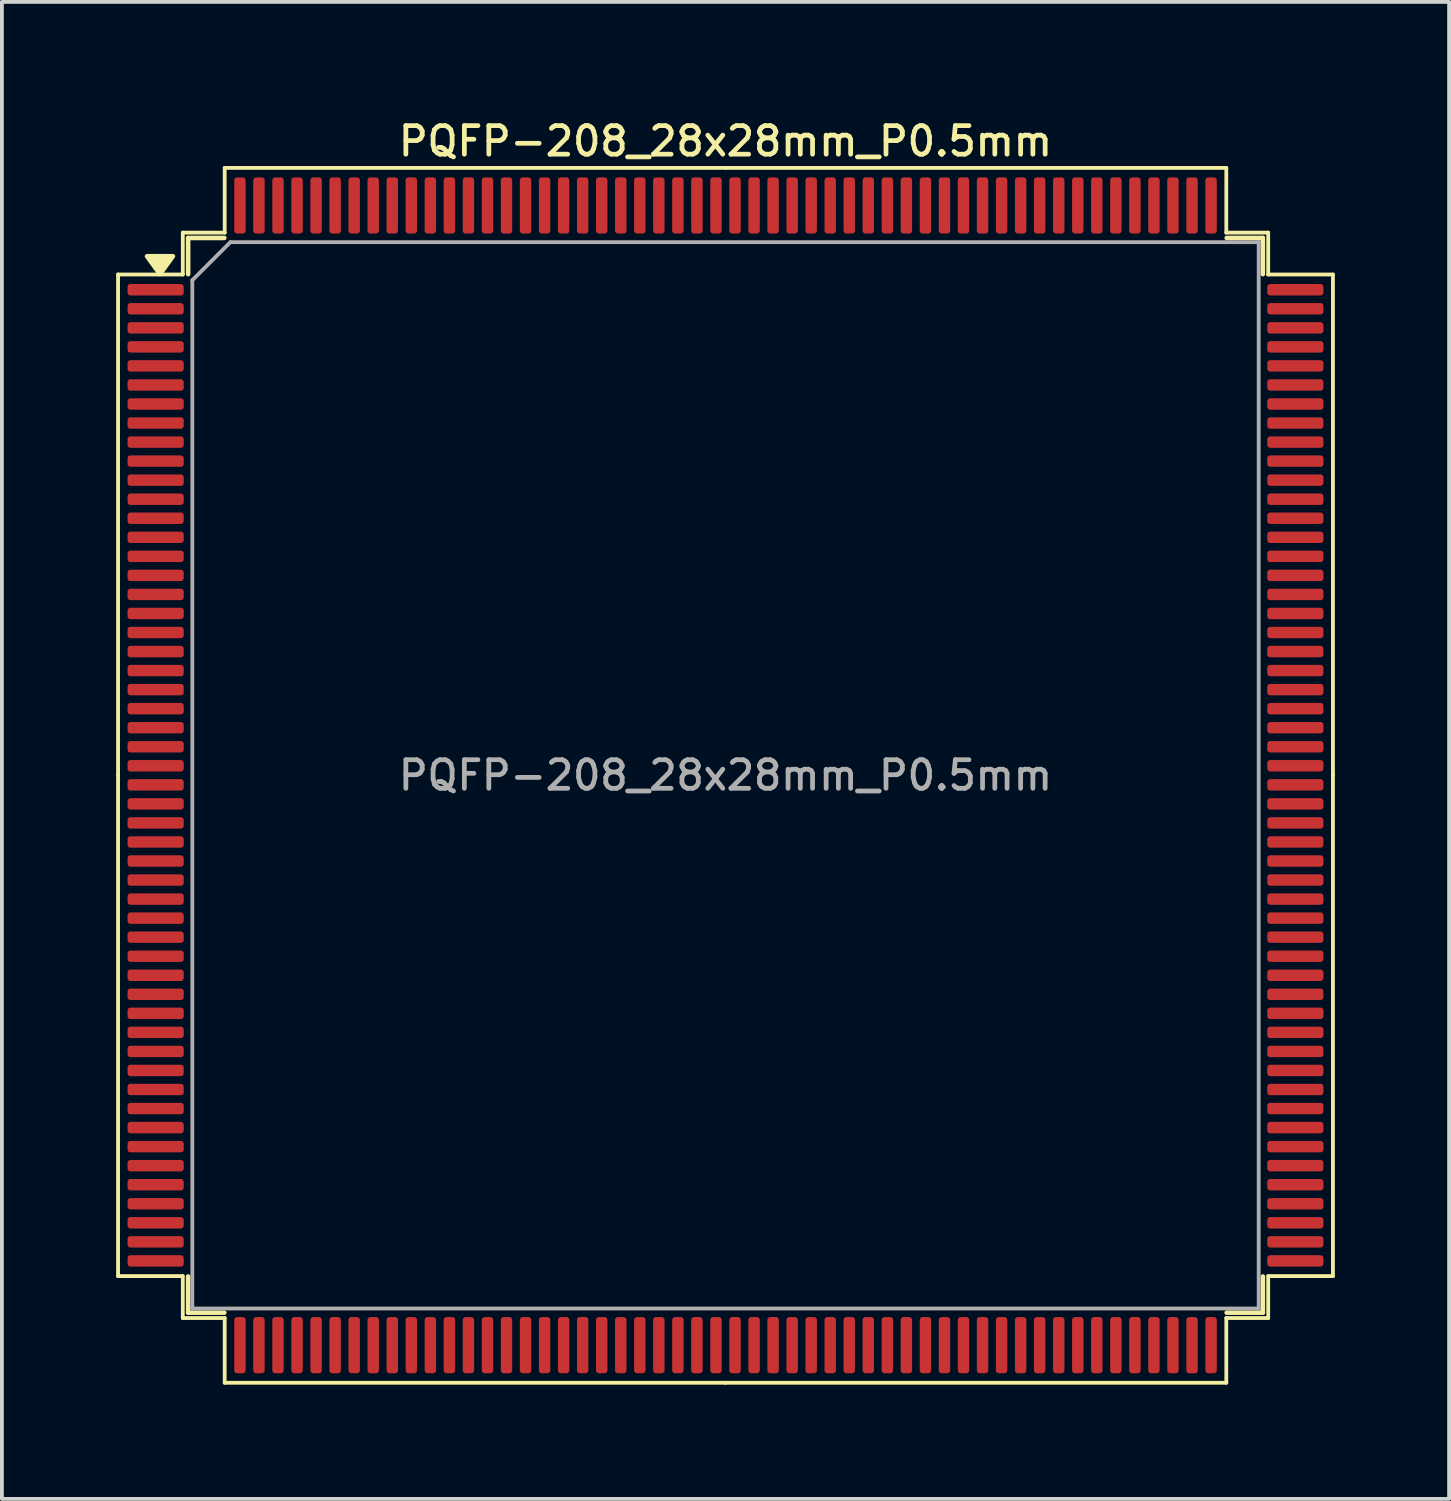
<source format=kicad_pcb>
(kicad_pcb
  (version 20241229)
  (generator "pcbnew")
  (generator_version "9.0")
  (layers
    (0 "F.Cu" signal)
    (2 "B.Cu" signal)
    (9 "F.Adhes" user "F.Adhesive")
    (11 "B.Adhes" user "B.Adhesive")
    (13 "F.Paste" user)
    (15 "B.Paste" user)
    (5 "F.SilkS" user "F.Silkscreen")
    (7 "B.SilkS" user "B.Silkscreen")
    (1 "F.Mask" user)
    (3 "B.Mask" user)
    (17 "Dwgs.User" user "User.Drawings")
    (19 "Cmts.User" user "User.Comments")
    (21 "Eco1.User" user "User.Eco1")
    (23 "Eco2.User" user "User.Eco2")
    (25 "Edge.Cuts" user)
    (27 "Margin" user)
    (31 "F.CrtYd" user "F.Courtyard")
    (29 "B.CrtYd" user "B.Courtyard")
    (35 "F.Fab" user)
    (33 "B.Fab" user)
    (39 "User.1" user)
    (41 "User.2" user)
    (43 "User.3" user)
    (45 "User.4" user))
  (footprint "PQFP-208_28x28mm_P0.5mm"
    (layer "F.Cu")
    (at 16 17.308)
    (property "Reference" "PQFP-208_28x28mm_P0.5mm" (at 0 -16.65 0) (layer "F.SilkS") (effects (font (size 0.75 0.75) (thickness 0.125))))
    (attr smd)
    (fp_line (start -15.95 -13.15) (end -15.95 0) (stroke (width 0.1) (type solid)) (layer "F.SilkS"))
    (fp_line (start -15.95 13.15) (end -15.95 0) (stroke (width 0.1) (type solid)) (layer "F.SilkS"))
    (fp_line (start -14.25 -14.25) (end -14.25 -13.15) (stroke (width 0.1) (type solid)) (layer "F.SilkS"))
    (fp_line (start -14.25 -13.15) (end -15.95 -13.15) (stroke (width 0.1) (type solid)) (layer "F.SilkS"))
    (fp_line (start -14.25 13.15) (end -15.95 13.15) (stroke (width 0.1) (type solid)) (layer "F.SilkS"))
    (fp_line (start -14.25 14.25) (end -14.25 13.15) (stroke (width 0.1) (type solid)) (layer "F.SilkS"))
    (fp_line (start -14.11 -14.11) (end -14.11 -13.16) (stroke (width 0.12) (type solid)) (layer "F.SilkS"))
    (fp_line (start -14.11 14.11) (end -14.11 13.16) (stroke (width 0.12) (type solid)) (layer "F.SilkS"))
    (fp_line (start -13.16 -14.11) (end -14.11 -14.11) (stroke (width 0.12) (type solid)) (layer "F.SilkS"))
    (fp_line (start -13.16 14.11) (end -14.11 14.11) (stroke (width 0.12) (type solid)) (layer "F.SilkS"))
    (fp_line (start -13.15 -15.95) (end -13.15 -14.25) (stroke (width 0.1) (type solid)) (layer "F.SilkS"))
    (fp_line (start -13.15 -14.25) (end -14.25 -14.25) (stroke (width 0.1) (type solid)) (layer "F.SilkS"))
    (fp_line (start -13.15 14.25) (end -14.25 14.25) (stroke (width 0.1) (type solid)) (layer "F.SilkS"))
    (fp_line (start -13.15 15.95) (end -13.15 14.25) (stroke (width 0.1) (type solid)) (layer "F.SilkS"))
    (fp_line (start 0 -15.95) (end -13.15 -15.95) (stroke (width 0.1) (type solid)) (layer "F.SilkS"))
    (fp_line (start 0 -15.95) (end 13.15 -15.95) (stroke (width 0.1) (type solid)) (layer "F.SilkS"))
    (fp_line (start 0 15.95) (end -13.15 15.95) (stroke (width 0.1) (type solid)) (layer "F.SilkS"))
    (fp_line (start 0 15.95) (end 13.15 15.95) (stroke (width 0.1) (type solid)) (layer "F.SilkS"))
    (fp_line (start 13.15 -15.95) (end 13.15 -14.25) (stroke (width 0.1) (type solid)) (layer "F.SilkS"))
    (fp_line (start 13.15 -14.25) (end 14.25 -14.25) (stroke (width 0.1) (type solid)) (layer "F.SilkS"))
    (fp_line (start 13.15 14.25) (end 14.25 14.25) (stroke (width 0.1) (type solid)) (layer "F.SilkS"))
    (fp_line (start 13.15 15.95) (end 13.15 14.25) (stroke (width 0.1) (type solid)) (layer "F.SilkS"))
    (fp_line (start 13.16 -14.11) (end 14.11 -14.11) (stroke (width 0.12) (type solid)) (layer "F.SilkS"))
    (fp_line (start 13.16 14.11) (end 14.11 14.11) (stroke (width 0.12) (type solid)) (layer "F.SilkS"))
    (fp_line (start 14.11 -14.11) (end 14.11 -13.16) (stroke (width 0.12) (type solid)) (layer "F.SilkS"))
    (fp_line (start 14.11 14.11) (end 14.11 13.16) (stroke (width 0.12) (type solid)) (layer "F.SilkS"))
    (fp_line (start 14.25 -14.25) (end 14.25 -13.15) (stroke (width 0.1) (type solid)) (layer "F.SilkS"))
    (fp_line (start 14.25 -13.15) (end 15.95 -13.15) (stroke (width 0.1) (type solid)) (layer "F.SilkS"))
    (fp_line (start 14.25 13.15) (end 15.95 13.15) (stroke (width 0.1) (type solid)) (layer "F.SilkS"))
    (fp_line (start 14.25 14.25) (end 14.25 13.15) (stroke (width 0.1) (type solid)) (layer "F.SilkS"))
    (fp_line (start 15.95 -13.15) (end 15.95 0) (stroke (width 0.1) (type solid)) (layer "F.SilkS"))
    (fp_line (start 15.95 13.15) (end 15.95 0) (stroke (width 0.1) (type solid)) (layer "F.SilkS"))
    (fp_poly (pts (xy -14.85 -13.16) (xy -15.19 -13.63) (xy -14.51 -13.63) (xy -14.85 -13.16)) (stroke (width 0.12) (type solid)) (fill yes) (layer "F.SilkS"))
    (fp_line (start -14 -13) (end -13 -14) (stroke (width 0.1) (type solid)) (layer "F.Fab"))
    (fp_line (start -14 14) (end -14 -13) (stroke (width 0.1) (type solid)) (layer "F.Fab"))
    (fp_line (start -13 -14) (end 14 -14) (stroke (width 0.1) (type solid)) (layer "F.Fab"))
    (fp_line (start 14 -14) (end 14 14) (stroke (width 0.1) (type solid)) (layer "F.Fab"))
    (fp_line (start 14 14) (end -14 14) (stroke (width 0.1) (type solid)) (layer "F.Fab"))
    (fp_text user "${REFERENCE}" (at 0 0 0) (layer "F.Fab") (effects (font (size 0.75 0.75) (thickness 0.125))))
    (pad "1" smd roundrect (at -14.963 -12.75) (size 1.475 0.3) (layers "F.Cu" "F.Mask" "F.Paste") (roundrect_rratio 0.25))
    (pad "2" smd roundrect (at -14.963 -12.25) (size 1.475 0.3) (layers "F.Cu" "F.Mask" "F.Paste") (roundrect_rratio 0.25))
    (pad "3" smd roundrect (at -14.963 -11.75) (size 1.475 0.3) (layers "F.Cu" "F.Mask" "F.Paste") (roundrect_rratio 0.25))
    (pad "4" smd roundrect (at -14.963 -11.25) (size 1.475 0.3) (layers "F.Cu" "F.Mask" "F.Paste") (roundrect_rratio 0.25))
    (pad "5" smd roundrect (at -14.963 -10.75) (size 1.475 0.3) (layers "F.Cu" "F.Mask" "F.Paste") (roundrect_rratio 0.25))
    (pad "6" smd roundrect (at -14.963 -10.25) (size 1.475 0.3) (layers "F.Cu" "F.Mask" "F.Paste") (roundrect_rratio 0.25))
    (pad "7" smd roundrect (at -14.963 -9.75) (size 1.475 0.3) (layers "F.Cu" "F.Mask" "F.Paste") (roundrect_rratio 0.25))
    (pad "8" smd roundrect (at -14.963 -9.25) (size 1.475 0.3) (layers "F.Cu" "F.Mask" "F.Paste") (roundrect_rratio 0.25))
    (pad "9" smd roundrect (at -14.963 -8.75) (size 1.475 0.3) (layers "F.Cu" "F.Mask" "F.Paste") (roundrect_rratio 0.25))
    (pad "10" smd roundrect (at -14.963 -8.25) (size 1.475 0.3) (layers "F.Cu" "F.Mask" "F.Paste") (roundrect_rratio 0.25))
    (pad "11" smd roundrect (at -14.963 -7.75) (size 1.475 0.3) (layers "F.Cu" "F.Mask" "F.Paste") (roundrect_rratio 0.25))
    (pad "12" smd roundrect (at -14.963 -7.25) (size 1.475 0.3) (layers "F.Cu" "F.Mask" "F.Paste") (roundrect_rratio 0.25))
    (pad "13" smd roundrect (at -14.963 -6.75) (size 1.475 0.3) (layers "F.Cu" "F.Mask" "F.Paste") (roundrect_rratio 0.25))
    (pad "14" smd roundrect (at -14.963 -6.25) (size 1.475 0.3) (layers "F.Cu" "F.Mask" "F.Paste") (roundrect_rratio 0.25))
    (pad "15" smd roundrect (at -14.963 -5.75) (size 1.475 0.3) (layers "F.Cu" "F.Mask" "F.Paste") (roundrect_rratio 0.25))
    (pad "16" smd roundrect (at -14.963 -5.25) (size 1.475 0.3) (layers "F.Cu" "F.Mask" "F.Paste") (roundrect_rratio 0.25))
    (pad "17" smd roundrect (at -14.963 -4.75) (size 1.475 0.3) (layers "F.Cu" "F.Mask" "F.Paste") (roundrect_rratio 0.25))
    (pad "18" smd roundrect (at -14.963 -4.25) (size 1.475 0.3) (layers "F.Cu" "F.Mask" "F.Paste") (roundrect_rratio 0.25))
    (pad "19" smd roundrect (at -14.963 -3.75) (size 1.475 0.3) (layers "F.Cu" "F.Mask" "F.Paste") (roundrect_rratio 0.25))
    (pad "20" smd roundrect (at -14.963 -3.25) (size 1.475 0.3) (layers "F.Cu" "F.Mask" "F.Paste") (roundrect_rratio 0.25))
    (pad "21" smd roundrect (at -14.963 -2.75) (size 1.475 0.3) (layers "F.Cu" "F.Mask" "F.Paste") (roundrect_rratio 0.25))
    (pad "22" smd roundrect (at -14.963 -2.25) (size 1.475 0.3) (layers "F.Cu" "F.Mask" "F.Paste") (roundrect_rratio 0.25))
    (pad "23" smd roundrect (at -14.963 -1.75) (size 1.475 0.3) (layers "F.Cu" "F.Mask" "F.Paste") (roundrect_rratio 0.25))
    (pad "24" smd roundrect (at -14.963 -1.25) (size 1.475 0.3) (layers "F.Cu" "F.Mask" "F.Paste") (roundrect_rratio 0.25))
    (pad "25" smd roundrect (at -14.963 -0.75) (size 1.475 0.3) (layers "F.Cu" "F.Mask" "F.Paste") (roundrect_rratio 0.25))
    (pad "26" smd roundrect (at -14.963 -0.25) (size 1.475 0.3) (layers "F.Cu" "F.Mask" "F.Paste") (roundrect_rratio 0.25))
    (pad "27" smd roundrect (at -14.963 0.25) (size 1.475 0.3) (layers "F.Cu" "F.Mask" "F.Paste") (roundrect_rratio 0.25))
    (pad "28" smd roundrect (at -14.963 0.75) (size 1.475 0.3) (layers "F.Cu" "F.Mask" "F.Paste") (roundrect_rratio 0.25))
    (pad "29" smd roundrect (at -14.963 1.25) (size 1.475 0.3) (layers "F.Cu" "F.Mask" "F.Paste") (roundrect_rratio 0.25))
    (pad "30" smd roundrect (at -14.963 1.75) (size 1.475 0.3) (layers "F.Cu" "F.Mask" "F.Paste") (roundrect_rratio 0.25))
    (pad "31" smd roundrect (at -14.963 2.25) (size 1.475 0.3) (layers "F.Cu" "F.Mask" "F.Paste") (roundrect_rratio 0.25))
    (pad "32" smd roundrect (at -14.963 2.75) (size 1.475 0.3) (layers "F.Cu" "F.Mask" "F.Paste") (roundrect_rratio 0.25))
    (pad "33" smd roundrect (at -14.963 3.25) (size 1.475 0.3) (layers "F.Cu" "F.Mask" "F.Paste") (roundrect_rratio 0.25))
    (pad "34" smd roundrect (at -14.963 3.75) (size 1.475 0.3) (layers "F.Cu" "F.Mask" "F.Paste") (roundrect_rratio 0.25))
    (pad "35" smd roundrect (at -14.963 4.25) (size 1.475 0.3) (layers "F.Cu" "F.Mask" "F.Paste") (roundrect_rratio 0.25))
    (pad "36" smd roundrect (at -14.963 4.75) (size 1.475 0.3) (layers "F.Cu" "F.Mask" "F.Paste") (roundrect_rratio 0.25))
    (pad "37" smd roundrect (at -14.963 5.25) (size 1.475 0.3) (layers "F.Cu" "F.Mask" "F.Paste") (roundrect_rratio 0.25))
    (pad "38" smd roundrect (at -14.963 5.75) (size 1.475 0.3) (layers "F.Cu" "F.Mask" "F.Paste") (roundrect_rratio 0.25))
    (pad "39" smd roundrect (at -14.963 6.25) (size 1.475 0.3) (layers "F.Cu" "F.Mask" "F.Paste") (roundrect_rratio 0.25))
    (pad "40" smd roundrect (at -14.963 6.75) (size 1.475 0.3) (layers "F.Cu" "F.Mask" "F.Paste") (roundrect_rratio 0.25))
    (pad "41" smd roundrect (at -14.963 7.25) (size 1.475 0.3) (layers "F.Cu" "F.Mask" "F.Paste") (roundrect_rratio 0.25))
    (pad "42" smd roundrect (at -14.963 7.75) (size 1.475 0.3) (layers "F.Cu" "F.Mask" "F.Paste") (roundrect_rratio 0.25))
    (pad "43" smd roundrect (at -14.963 8.25) (size 1.475 0.3) (layers "F.Cu" "F.Mask" "F.Paste") (roundrect_rratio 0.25))
    (pad "44" smd roundrect (at -14.963 8.75) (size 1.475 0.3) (layers "F.Cu" "F.Mask" "F.Paste") (roundrect_rratio 0.25))
    (pad "45" smd roundrect (at -14.963 9.25) (size 1.475 0.3) (layers "F.Cu" "F.Mask" "F.Paste") (roundrect_rratio 0.25))
    (pad "46" smd roundrect (at -14.963 9.75) (size 1.475 0.3) (layers "F.Cu" "F.Mask" "F.Paste") (roundrect_rratio 0.25))
    (pad "47" smd roundrect (at -14.963 10.25) (size 1.475 0.3) (layers "F.Cu" "F.Mask" "F.Paste") (roundrect_rratio 0.25))
    (pad "48" smd roundrect (at -14.963 10.75) (size 1.475 0.3) (layers "F.Cu" "F.Mask" "F.Paste") (roundrect_rratio 0.25))
    (pad "49" smd roundrect (at -14.963 11.25) (size 1.475 0.3) (layers "F.Cu" "F.Mask" "F.Paste") (roundrect_rratio 0.25))
    (pad "50" smd roundrect (at -14.963 11.75) (size 1.475 0.3) (layers "F.Cu" "F.Mask" "F.Paste") (roundrect_rratio 0.25))
    (pad "51" smd roundrect (at -14.963 12.25) (size 1.475 0.3) (layers "F.Cu" "F.Mask" "F.Paste") (roundrect_rratio 0.25))
    (pad "52" smd roundrect (at -14.963 12.75) (size 1.475 0.3) (layers "F.Cu" "F.Mask" "F.Paste") (roundrect_rratio 0.25))
    (pad "53" smd roundrect (at -12.75 14.963) (size 0.3 1.475) (layers "F.Cu" "F.Mask" "F.Paste") (roundrect_rratio 0.25))
    (pad "54" smd roundrect (at -12.25 14.963) (size 0.3 1.475) (layers "F.Cu" "F.Mask" "F.Paste") (roundrect_rratio 0.25))
    (pad "55" smd roundrect (at -11.75 14.963) (size 0.3 1.475) (layers "F.Cu" "F.Mask" "F.Paste") (roundrect_rratio 0.25))
    (pad "56" smd roundrect (at -11.25 14.963) (size 0.3 1.475) (layers "F.Cu" "F.Mask" "F.Paste") (roundrect_rratio 0.25))
    (pad "57" smd roundrect (at -10.75 14.963) (size 0.3 1.475) (layers "F.Cu" "F.Mask" "F.Paste") (roundrect_rratio 0.25))
    (pad "58" smd roundrect (at -10.25 14.963) (size 0.3 1.475) (layers "F.Cu" "F.Mask" "F.Paste") (roundrect_rratio 0.25))
    (pad "59" smd roundrect (at -9.75 14.963) (size 0.3 1.475) (layers "F.Cu" "F.Mask" "F.Paste") (roundrect_rratio 0.25))
    (pad "60" smd roundrect (at -9.25 14.963) (size 0.3 1.475) (layers "F.Cu" "F.Mask" "F.Paste") (roundrect_rratio 0.25))
    (pad "61" smd roundrect (at -8.75 14.963) (size 0.3 1.475) (layers "F.Cu" "F.Mask" "F.Paste") (roundrect_rratio 0.25))
    (pad "62" smd roundrect (at -8.25 14.963) (size 0.3 1.475) (layers "F.Cu" "F.Mask" "F.Paste") (roundrect_rratio 0.25))
    (pad "63" smd roundrect (at -7.75 14.963) (size 0.3 1.475) (layers "F.Cu" "F.Mask" "F.Paste") (roundrect_rratio 0.25))
    (pad "64" smd roundrect (at -7.25 14.963) (size 0.3 1.475) (layers "F.Cu" "F.Mask" "F.Paste") (roundrect_rratio 0.25))
    (pad "65" smd roundrect (at -6.75 14.963) (size 0.3 1.475) (layers "F.Cu" "F.Mask" "F.Paste") (roundrect_rratio 0.25))
    (pad "66" smd roundrect (at -6.25 14.963) (size 0.3 1.475) (layers "F.Cu" "F.Mask" "F.Paste") (roundrect_rratio 0.25))
    (pad "67" smd roundrect (at -5.75 14.963) (size 0.3 1.475) (layers "F.Cu" "F.Mask" "F.Paste") (roundrect_rratio 0.25))
    (pad "68" smd roundrect (at -5.25 14.963) (size 0.3 1.475) (layers "F.Cu" "F.Mask" "F.Paste") (roundrect_rratio 0.25))
    (pad "69" smd roundrect (at -4.75 14.963) (size 0.3 1.475) (layers "F.Cu" "F.Mask" "F.Paste") (roundrect_rratio 0.25))
    (pad "70" smd roundrect (at -4.25 14.963) (size 0.3 1.475) (layers "F.Cu" "F.Mask" "F.Paste") (roundrect_rratio 0.25))
    (pad "71" smd roundrect (at -3.75 14.963) (size 0.3 1.475) (layers "F.Cu" "F.Mask" "F.Paste") (roundrect_rratio 0.25))
    (pad "72" smd roundrect (at -3.25 14.963) (size 0.3 1.475) (layers "F.Cu" "F.Mask" "F.Paste") (roundrect_rratio 0.25))
    (pad "73" smd roundrect (at -2.75 14.963) (size 0.3 1.475) (layers "F.Cu" "F.Mask" "F.Paste") (roundrect_rratio 0.25))
    (pad "74" smd roundrect (at -2.25 14.963) (size 0.3 1.475) (layers "F.Cu" "F.Mask" "F.Paste") (roundrect_rratio 0.25))
    (pad "75" smd roundrect (at -1.75 14.963) (size 0.3 1.475) (layers "F.Cu" "F.Mask" "F.Paste") (roundrect_rratio 0.25))
    (pad "76" smd roundrect (at -1.25 14.963) (size 0.3 1.475) (layers "F.Cu" "F.Mask" "F.Paste") (roundrect_rratio 0.25))
    (pad "77" smd roundrect (at -0.75 14.963) (size 0.3 1.475) (layers "F.Cu" "F.Mask" "F.Paste") (roundrect_rratio 0.25))
    (pad "78" smd roundrect (at -0.25 14.963) (size 0.3 1.475) (layers "F.Cu" "F.Mask" "F.Paste") (roundrect_rratio 0.25))
    (pad "79" smd roundrect (at 0.25 14.963) (size 0.3 1.475) (layers "F.Cu" "F.Mask" "F.Paste") (roundrect_rratio 0.25))
    (pad "80" smd roundrect (at 0.75 14.963) (size 0.3 1.475) (layers "F.Cu" "F.Mask" "F.Paste") (roundrect_rratio 0.25))
    (pad "81" smd roundrect (at 1.25 14.963) (size 0.3 1.475) (layers "F.Cu" "F.Mask" "F.Paste") (roundrect_rratio 0.25))
    (pad "82" smd roundrect (at 1.75 14.963) (size 0.3 1.475) (layers "F.Cu" "F.Mask" "F.Paste") (roundrect_rratio 0.25))
    (pad "83" smd roundrect (at 2.25 14.963) (size 0.3 1.475) (layers "F.Cu" "F.Mask" "F.Paste") (roundrect_rratio 0.25))
    (pad "84" smd roundrect (at 2.75 14.963) (size 0.3 1.475) (layers "F.Cu" "F.Mask" "F.Paste") (roundrect_rratio 0.25))
    (pad "85" smd roundrect (at 3.25 14.963) (size 0.3 1.475) (layers "F.Cu" "F.Mask" "F.Paste") (roundrect_rratio 0.25))
    (pad "86" smd roundrect (at 3.75 14.963) (size 0.3 1.475) (layers "F.Cu" "F.Mask" "F.Paste") (roundrect_rratio 0.25))
    (pad "87" smd roundrect (at 4.25 14.963) (size 0.3 1.475) (layers "F.Cu" "F.Mask" "F.Paste") (roundrect_rratio 0.25))
    (pad "88" smd roundrect (at 4.75 14.963) (size 0.3 1.475) (layers "F.Cu" "F.Mask" "F.Paste") (roundrect_rratio 0.25))
    (pad "89" smd roundrect (at 5.25 14.963) (size 0.3 1.475) (layers "F.Cu" "F.Mask" "F.Paste") (roundrect_rratio 0.25))
    (pad "90" smd roundrect (at 5.75 14.963) (size 0.3 1.475) (layers "F.Cu" "F.Mask" "F.Paste") (roundrect_rratio 0.25))
    (pad "91" smd roundrect (at 6.25 14.963) (size 0.3 1.475) (layers "F.Cu" "F.Mask" "F.Paste") (roundrect_rratio 0.25))
    (pad "92" smd roundrect (at 6.75 14.963) (size 0.3 1.475) (layers "F.Cu" "F.Mask" "F.Paste") (roundrect_rratio 0.25))
    (pad "93" smd roundrect (at 7.25 14.963) (size 0.3 1.475) (layers "F.Cu" "F.Mask" "F.Paste") (roundrect_rratio 0.25))
    (pad "94" smd roundrect (at 7.75 14.963) (size 0.3 1.475) (layers "F.Cu" "F.Mask" "F.Paste") (roundrect_rratio 0.25))
    (pad "95" smd roundrect (at 8.25 14.963) (size 0.3 1.475) (layers "F.Cu" "F.Mask" "F.Paste") (roundrect_rratio 0.25))
    (pad "96" smd roundrect (at 8.75 14.963) (size 0.3 1.475) (layers "F.Cu" "F.Mask" "F.Paste") (roundrect_rratio 0.25))
    (pad "97" smd roundrect (at 9.25 14.963) (size 0.3 1.475) (layers "F.Cu" "F.Mask" "F.Paste") (roundrect_rratio 0.25))
    (pad "98" smd roundrect (at 9.75 14.963) (size 0.3 1.475) (layers "F.Cu" "F.Mask" "F.Paste") (roundrect_rratio 0.25))
    (pad "99" smd roundrect (at 10.25 14.963) (size 0.3 1.475) (layers "F.Cu" "F.Mask" "F.Paste") (roundrect_rratio 0.25))
    (pad "100" smd roundrect (at 10.75 14.963) (size 0.3 1.475) (layers "F.Cu" "F.Mask" "F.Paste") (roundrect_rratio 0.25))
    (pad "101" smd roundrect (at 11.25 14.963) (size 0.3 1.475) (layers "F.Cu" "F.Mask" "F.Paste") (roundrect_rratio 0.25))
    (pad "102" smd roundrect (at 11.75 14.963) (size 0.3 1.475) (layers "F.Cu" "F.Mask" "F.Paste") (roundrect_rratio 0.25))
    (pad "103" smd roundrect (at 12.25 14.963) (size 0.3 1.475) (layers "F.Cu" "F.Mask" "F.Paste") (roundrect_rratio 0.25))
    (pad "104" smd roundrect (at 12.75 14.963) (size 0.3 1.475) (layers "F.Cu" "F.Mask" "F.Paste") (roundrect_rratio 0.25))
    (pad "105" smd roundrect (at 14.963 12.75) (size 1.475 0.3) (layers "F.Cu" "F.Mask" "F.Paste") (roundrect_rratio 0.25))
    (pad "106" smd roundrect (at 14.963 12.25) (size 1.475 0.3) (layers "F.Cu" "F.Mask" "F.Paste") (roundrect_rratio 0.25))
    (pad "107" smd roundrect (at 14.963 11.75) (size 1.475 0.3) (layers "F.Cu" "F.Mask" "F.Paste") (roundrect_rratio 0.25))
    (pad "108" smd roundrect (at 14.963 11.25) (size 1.475 0.3) (layers "F.Cu" "F.Mask" "F.Paste") (roundrect_rratio 0.25))
    (pad "109" smd roundrect (at 14.963 10.75) (size 1.475 0.3) (layers "F.Cu" "F.Mask" "F.Paste") (roundrect_rratio 0.25))
    (pad "110" smd roundrect (at 14.963 10.25) (size 1.475 0.3) (layers "F.Cu" "F.Mask" "F.Paste") (roundrect_rratio 0.25))
    (pad "111" smd roundrect (at 14.963 9.75) (size 1.475 0.3) (layers "F.Cu" "F.Mask" "F.Paste") (roundrect_rratio 0.25))
    (pad "112" smd roundrect (at 14.963 9.25) (size 1.475 0.3) (layers "F.Cu" "F.Mask" "F.Paste") (roundrect_rratio 0.25))
    (pad "113" smd roundrect (at 14.963 8.75) (size 1.475 0.3) (layers "F.Cu" "F.Mask" "F.Paste") (roundrect_rratio 0.25))
    (pad "114" smd roundrect (at 14.963 8.25) (size 1.475 0.3) (layers "F.Cu" "F.Mask" "F.Paste") (roundrect_rratio 0.25))
    (pad "115" smd roundrect (at 14.963 7.75) (size 1.475 0.3) (layers "F.Cu" "F.Mask" "F.Paste") (roundrect_rratio 0.25))
    (pad "116" smd roundrect (at 14.963 7.25) (size 1.475 0.3) (layers "F.Cu" "F.Mask" "F.Paste") (roundrect_rratio 0.25))
    (pad "117" smd roundrect (at 14.963 6.75) (size 1.475 0.3) (layers "F.Cu" "F.Mask" "F.Paste") (roundrect_rratio 0.25))
    (pad "118" smd roundrect (at 14.963 6.25) (size 1.475 0.3) (layers "F.Cu" "F.Mask" "F.Paste") (roundrect_rratio 0.25))
    (pad "119" smd roundrect (at 14.963 5.75) (size 1.475 0.3) (layers "F.Cu" "F.Mask" "F.Paste") (roundrect_rratio 0.25))
    (pad "120" smd roundrect (at 14.963 5.25) (size 1.475 0.3) (layers "F.Cu" "F.Mask" "F.Paste") (roundrect_rratio 0.25))
    (pad "121" smd roundrect (at 14.963 4.75) (size 1.475 0.3) (layers "F.Cu" "F.Mask" "F.Paste") (roundrect_rratio 0.25))
    (pad "122" smd roundrect (at 14.963 4.25) (size 1.475 0.3) (layers "F.Cu" "F.Mask" "F.Paste") (roundrect_rratio 0.25))
    (pad "123" smd roundrect (at 14.963 3.75) (size 1.475 0.3) (layers "F.Cu" "F.Mask" "F.Paste") (roundrect_rratio 0.25))
    (pad "124" smd roundrect (at 14.963 3.25) (size 1.475 0.3) (layers "F.Cu" "F.Mask" "F.Paste") (roundrect_rratio 0.25))
    (pad "125" smd roundrect (at 14.963 2.75) (size 1.475 0.3) (layers "F.Cu" "F.Mask" "F.Paste") (roundrect_rratio 0.25))
    (pad "126" smd roundrect (at 14.963 2.25) (size 1.475 0.3) (layers "F.Cu" "F.Mask" "F.Paste") (roundrect_rratio 0.25))
    (pad "127" smd roundrect (at 14.963 1.75) (size 1.475 0.3) (layers "F.Cu" "F.Mask" "F.Paste") (roundrect_rratio 0.25))
    (pad "128" smd roundrect (at 14.963 1.25) (size 1.475 0.3) (layers "F.Cu" "F.Mask" "F.Paste") (roundrect_rratio 0.25))
    (pad "129" smd roundrect (at 14.963 0.75) (size 1.475 0.3) (layers "F.Cu" "F.Mask" "F.Paste") (roundrect_rratio 0.25))
    (pad "130" smd roundrect (at 14.963 0.25) (size 1.475 0.3) (layers "F.Cu" "F.Mask" "F.Paste") (roundrect_rratio 0.25))
    (pad "131" smd roundrect (at 14.963 -0.25) (size 1.475 0.3) (layers "F.Cu" "F.Mask" "F.Paste") (roundrect_rratio 0.25))
    (pad "132" smd roundrect (at 14.963 -0.75) (size 1.475 0.3) (layers "F.Cu" "F.Mask" "F.Paste") (roundrect_rratio 0.25))
    (pad "133" smd roundrect (at 14.963 -1.25) (size 1.475 0.3) (layers "F.Cu" "F.Mask" "F.Paste") (roundrect_rratio 0.25))
    (pad "134" smd roundrect (at 14.963 -1.75) (size 1.475 0.3) (layers "F.Cu" "F.Mask" "F.Paste") (roundrect_rratio 0.25))
    (pad "135" smd roundrect (at 14.963 -2.25) (size 1.475 0.3) (layers "F.Cu" "F.Mask" "F.Paste") (roundrect_rratio 0.25))
    (pad "136" smd roundrect (at 14.963 -2.75) (size 1.475 0.3) (layers "F.Cu" "F.Mask" "F.Paste") (roundrect_rratio 0.25))
    (pad "137" smd roundrect (at 14.963 -3.25) (size 1.475 0.3) (layers "F.Cu" "F.Mask" "F.Paste") (roundrect_rratio 0.25))
    (pad "138" smd roundrect (at 14.963 -3.75) (size 1.475 0.3) (layers "F.Cu" "F.Mask" "F.Paste") (roundrect_rratio 0.25))
    (pad "139" smd roundrect (at 14.963 -4.25) (size 1.475 0.3) (layers "F.Cu" "F.Mask" "F.Paste") (roundrect_rratio 0.25))
    (pad "140" smd roundrect (at 14.963 -4.75) (size 1.475 0.3) (layers "F.Cu" "F.Mask" "F.Paste") (roundrect_rratio 0.25))
    (pad "141" smd roundrect (at 14.963 -5.25) (size 1.475 0.3) (layers "F.Cu" "F.Mask" "F.Paste") (roundrect_rratio 0.25))
    (pad "142" smd roundrect (at 14.963 -5.75) (size 1.475 0.3) (layers "F.Cu" "F.Mask" "F.Paste") (roundrect_rratio 0.25))
    (pad "143" smd roundrect (at 14.963 -6.25) (size 1.475 0.3) (layers "F.Cu" "F.Mask" "F.Paste") (roundrect_rratio 0.25))
    (pad "144" smd roundrect (at 14.963 -6.75) (size 1.475 0.3) (layers "F.Cu" "F.Mask" "F.Paste") (roundrect_rratio 0.25))
    (pad "145" smd roundrect (at 14.963 -7.25) (size 1.475 0.3) (layers "F.Cu" "F.Mask" "F.Paste") (roundrect_rratio 0.25))
    (pad "146" smd roundrect (at 14.963 -7.75) (size 1.475 0.3) (layers "F.Cu" "F.Mask" "F.Paste") (roundrect_rratio 0.25))
    (pad "147" smd roundrect (at 14.963 -8.25) (size 1.475 0.3) (layers "F.Cu" "F.Mask" "F.Paste") (roundrect_rratio 0.25))
    (pad "148" smd roundrect (at 14.963 -8.75) (size 1.475 0.3) (layers "F.Cu" "F.Mask" "F.Paste") (roundrect_rratio 0.25))
    (pad "149" smd roundrect (at 14.963 -9.25) (size 1.475 0.3) (layers "F.Cu" "F.Mask" "F.Paste") (roundrect_rratio 0.25))
    (pad "150" smd roundrect (at 14.963 -9.75) (size 1.475 0.3) (layers "F.Cu" "F.Mask" "F.Paste") (roundrect_rratio 0.25))
    (pad "151" smd roundrect (at 14.963 -10.25) (size 1.475 0.3) (layers "F.Cu" "F.Mask" "F.Paste") (roundrect_rratio 0.25))
    (pad "152" smd roundrect (at 14.963 -10.75) (size 1.475 0.3) (layers "F.Cu" "F.Mask" "F.Paste") (roundrect_rratio 0.25))
    (pad "153" smd roundrect (at 14.963 -11.25) (size 1.475 0.3) (layers "F.Cu" "F.Mask" "F.Paste") (roundrect_rratio 0.25))
    (pad "154" smd roundrect (at 14.963 -11.75) (size 1.475 0.3) (layers "F.Cu" "F.Mask" "F.Paste") (roundrect_rratio 0.25))
    (pad "155" smd roundrect (at 14.963 -12.25) (size 1.475 0.3) (layers "F.Cu" "F.Mask" "F.Paste") (roundrect_rratio 0.25))
    (pad "156" smd roundrect (at 14.963 -12.75) (size 1.475 0.3) (layers "F.Cu" "F.Mask" "F.Paste") (roundrect_rratio 0.25))
    (pad "157" smd roundrect (at 12.75 -14.963) (size 0.3 1.475) (layers "F.Cu" "F.Mask" "F.Paste") (roundrect_rratio 0.25))
    (pad "158" smd roundrect (at 12.25 -14.963) (size 0.3 1.475) (layers "F.Cu" "F.Mask" "F.Paste") (roundrect_rratio 0.25))
    (pad "159" smd roundrect (at 11.75 -14.963) (size 0.3 1.475) (layers "F.Cu" "F.Mask" "F.Paste") (roundrect_rratio 0.25))
    (pad "160" smd roundrect (at 11.25 -14.963) (size 0.3 1.475) (layers "F.Cu" "F.Mask" "F.Paste") (roundrect_rratio 0.25))
    (pad "161" smd roundrect (at 10.75 -14.963) (size 0.3 1.475) (layers "F.Cu" "F.Mask" "F.Paste") (roundrect_rratio 0.25))
    (pad "162" smd roundrect (at 10.25 -14.963) (size 0.3 1.475) (layers "F.Cu" "F.Mask" "F.Paste") (roundrect_rratio 0.25))
    (pad "163" smd roundrect (at 9.75 -14.963) (size 0.3 1.475) (layers "F.Cu" "F.Mask" "F.Paste") (roundrect_rratio 0.25))
    (pad "164" smd roundrect (at 9.25 -14.963) (size 0.3 1.475) (layers "F.Cu" "F.Mask" "F.Paste") (roundrect_rratio 0.25))
    (pad "165" smd roundrect (at 8.75 -14.963) (size 0.3 1.475) (layers "F.Cu" "F.Mask" "F.Paste") (roundrect_rratio 0.25))
    (pad "166" smd roundrect (at 8.25 -14.963) (size 0.3 1.475) (layers "F.Cu" "F.Mask" "F.Paste") (roundrect_rratio 0.25))
    (pad "167" smd roundrect (at 7.75 -14.963) (size 0.3 1.475) (layers "F.Cu" "F.Mask" "F.Paste") (roundrect_rratio 0.25))
    (pad "168" smd roundrect (at 7.25 -14.963) (size 0.3 1.475) (layers "F.Cu" "F.Mask" "F.Paste") (roundrect_rratio 0.25))
    (pad "169" smd roundrect (at 6.75 -14.963) (size 0.3 1.475) (layers "F.Cu" "F.Mask" "F.Paste") (roundrect_rratio 0.25))
    (pad "170" smd roundrect (at 6.25 -14.963) (size 0.3 1.475) (layers "F.Cu" "F.Mask" "F.Paste") (roundrect_rratio 0.25))
    (pad "171" smd roundrect (at 5.75 -14.963) (size 0.3 1.475) (layers "F.Cu" "F.Mask" "F.Paste") (roundrect_rratio 0.25))
    (pad "172" smd roundrect (at 5.25 -14.963) (size 0.3 1.475) (layers "F.Cu" "F.Mask" "F.Paste") (roundrect_rratio 0.25))
    (pad "173" smd roundrect (at 4.75 -14.963) (size 0.3 1.475) (layers "F.Cu" "F.Mask" "F.Paste") (roundrect_rratio 0.25))
    (pad "174" smd roundrect (at 4.25 -14.963) (size 0.3 1.475) (layers "F.Cu" "F.Mask" "F.Paste") (roundrect_rratio 0.25))
    (pad "175" smd roundrect (at 3.75 -14.963) (size 0.3 1.475) (layers "F.Cu" "F.Mask" "F.Paste") (roundrect_rratio 0.25))
    (pad "176" smd roundrect (at 3.25 -14.963) (size 0.3 1.475) (layers "F.Cu" "F.Mask" "F.Paste") (roundrect_rratio 0.25))
    (pad "177" smd roundrect (at 2.75 -14.963) (size 0.3 1.475) (layers "F.Cu" "F.Mask" "F.Paste") (roundrect_rratio 0.25))
    (pad "178" smd roundrect (at 2.25 -14.963) (size 0.3 1.475) (layers "F.Cu" "F.Mask" "F.Paste") (roundrect_rratio 0.25))
    (pad "179" smd roundrect (at 1.75 -14.963) (size 0.3 1.475) (layers "F.Cu" "F.Mask" "F.Paste") (roundrect_rratio 0.25))
    (pad "180" smd roundrect (at 1.25 -14.963) (size 0.3 1.475) (layers "F.Cu" "F.Mask" "F.Paste") (roundrect_rratio 0.25))
    (pad "181" smd roundrect (at 0.75 -14.963) (size 0.3 1.475) (layers "F.Cu" "F.Mask" "F.Paste") (roundrect_rratio 0.25))
    (pad "182" smd roundrect (at 0.25 -14.963) (size 0.3 1.475) (layers "F.Cu" "F.Mask" "F.Paste") (roundrect_rratio 0.25))
    (pad "183" smd roundrect (at -0.25 -14.963) (size 0.3 1.475) (layers "F.Cu" "F.Mask" "F.Paste") (roundrect_rratio 0.25))
    (pad "184" smd roundrect (at -0.75 -14.963) (size 0.3 1.475) (layers "F.Cu" "F.Mask" "F.Paste") (roundrect_rratio 0.25))
    (pad "185" smd roundrect (at -1.25 -14.963) (size 0.3 1.475) (layers "F.Cu" "F.Mask" "F.Paste") (roundrect_rratio 0.25))
    (pad "186" smd roundrect (at -1.75 -14.963) (size 0.3 1.475) (layers "F.Cu" "F.Mask" "F.Paste") (roundrect_rratio 0.25))
    (pad "187" smd roundrect (at -2.25 -14.963) (size 0.3 1.475) (layers "F.Cu" "F.Mask" "F.Paste") (roundrect_rratio 0.25))
    (pad "188" smd roundrect (at -2.75 -14.963) (size 0.3 1.475) (layers "F.Cu" "F.Mask" "F.Paste") (roundrect_rratio 0.25))
    (pad "189" smd roundrect (at -3.25 -14.963) (size 0.3 1.475) (layers "F.Cu" "F.Mask" "F.Paste") (roundrect_rratio 0.25))
    (pad "190" smd roundrect (at -3.75 -14.963) (size 0.3 1.475) (layers "F.Cu" "F.Mask" "F.Paste") (roundrect_rratio 0.25))
    (pad "191" smd roundrect (at -4.25 -14.963) (size 0.3 1.475) (layers "F.Cu" "F.Mask" "F.Paste") (roundrect_rratio 0.25))
    (pad "192" smd roundrect (at -4.75 -14.963) (size 0.3 1.475) (layers "F.Cu" "F.Mask" "F.Paste") (roundrect_rratio 0.25))
    (pad "193" smd roundrect (at -5.25 -14.963) (size 0.3 1.475) (layers "F.Cu" "F.Mask" "F.Paste") (roundrect_rratio 0.25))
    (pad "194" smd roundrect (at -5.75 -14.963) (size 0.3 1.475) (layers "F.Cu" "F.Mask" "F.Paste") (roundrect_rratio 0.25))
    (pad "195" smd roundrect (at -6.25 -14.963) (size 0.3 1.475) (layers "F.Cu" "F.Mask" "F.Paste") (roundrect_rratio 0.25))
    (pad "196" smd roundrect (at -6.75 -14.963) (size 0.3 1.475) (layers "F.Cu" "F.Mask" "F.Paste") (roundrect_rratio 0.25))
    (pad "197" smd roundrect (at -7.25 -14.963) (size 0.3 1.475) (layers "F.Cu" "F.Mask" "F.Paste") (roundrect_rratio 0.25))
    (pad "198" smd roundrect (at -7.75 -14.963) (size 0.3 1.475) (layers "F.Cu" "F.Mask" "F.Paste") (roundrect_rratio 0.25))
    (pad "199" smd roundrect (at -8.25 -14.963) (size 0.3 1.475) (layers "F.Cu" "F.Mask" "F.Paste") (roundrect_rratio 0.25))
    (pad "200" smd roundrect (at -8.75 -14.963) (size 0.3 1.475) (layers "F.Cu" "F.Mask" "F.Paste") (roundrect_rratio 0.25))
    (pad "201" smd roundrect (at -9.25 -14.963) (size 0.3 1.475) (layers "F.Cu" "F.Mask" "F.Paste") (roundrect_rratio 0.25))
    (pad "202" smd roundrect (at -9.75 -14.963) (size 0.3 1.475) (layers "F.Cu" "F.Mask" "F.Paste") (roundrect_rratio 0.25))
    (pad "203" smd roundrect (at -10.25 -14.963) (size 0.3 1.475) (layers "F.Cu" "F.Mask" "F.Paste") (roundrect_rratio 0.25))
    (pad "204" smd roundrect (at -10.75 -14.963) (size 0.3 1.475) (layers "F.Cu" "F.Mask" "F.Paste") (roundrect_rratio 0.25))
    (pad "205" smd roundrect (at -11.25 -14.963) (size 0.3 1.475) (layers "F.Cu" "F.Mask" "F.Paste") (roundrect_rratio 0.25))
    (pad "206" smd roundrect (at -11.75 -14.963) (size 0.3 1.475) (layers "F.Cu" "F.Mask" "F.Paste") (roundrect_rratio 0.25))
    (pad "207" smd roundrect (at -12.25 -14.963) (size 0.3 1.475) (layers "F.Cu" "F.Mask" "F.Paste") (roundrect_rratio 0.25))
    (pad "208" smd roundrect (at -12.75 -14.963) (size 0.3 1.475) (layers "F.Cu" "F.Mask" "F.Paste") (roundrect_rratio 0.25)))
  (gr_rect
    (start -3 -3)
    (end 35 36.308)
    (stroke (width 0.1) (type default))
    (fill no)
    (layer "Edge.Cuts")))
</source>
